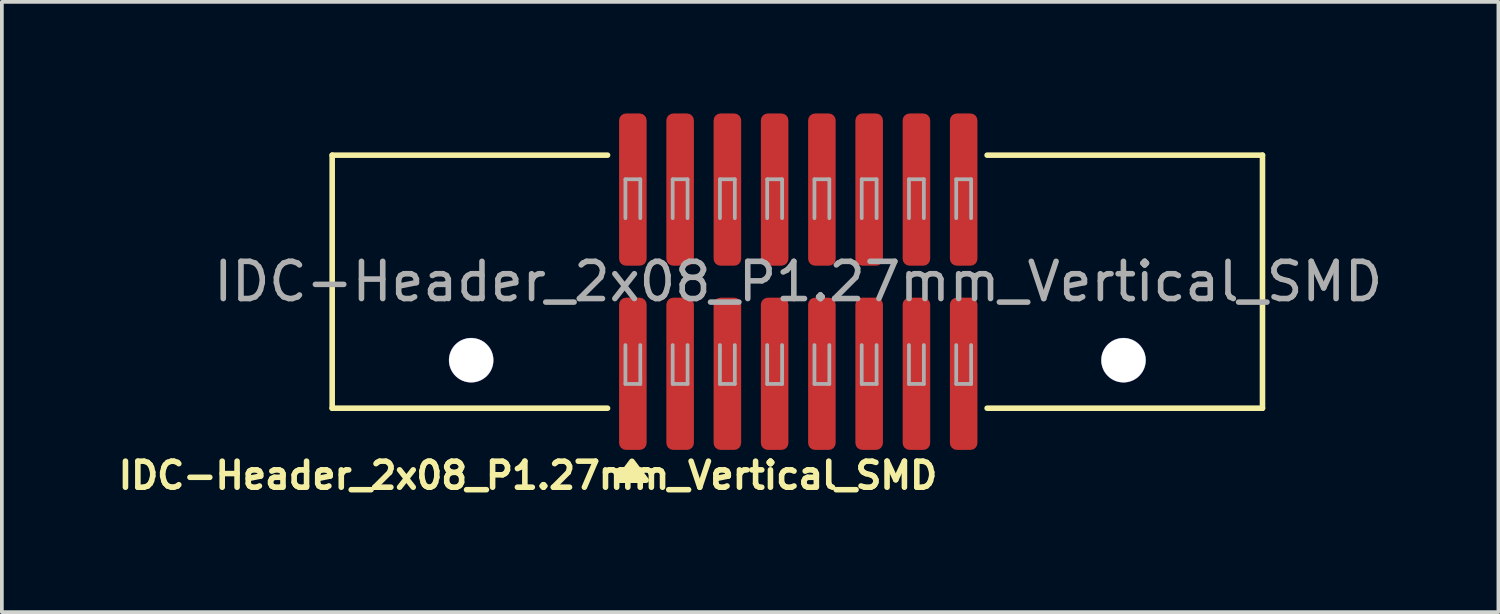
<source format=kicad_pcb>
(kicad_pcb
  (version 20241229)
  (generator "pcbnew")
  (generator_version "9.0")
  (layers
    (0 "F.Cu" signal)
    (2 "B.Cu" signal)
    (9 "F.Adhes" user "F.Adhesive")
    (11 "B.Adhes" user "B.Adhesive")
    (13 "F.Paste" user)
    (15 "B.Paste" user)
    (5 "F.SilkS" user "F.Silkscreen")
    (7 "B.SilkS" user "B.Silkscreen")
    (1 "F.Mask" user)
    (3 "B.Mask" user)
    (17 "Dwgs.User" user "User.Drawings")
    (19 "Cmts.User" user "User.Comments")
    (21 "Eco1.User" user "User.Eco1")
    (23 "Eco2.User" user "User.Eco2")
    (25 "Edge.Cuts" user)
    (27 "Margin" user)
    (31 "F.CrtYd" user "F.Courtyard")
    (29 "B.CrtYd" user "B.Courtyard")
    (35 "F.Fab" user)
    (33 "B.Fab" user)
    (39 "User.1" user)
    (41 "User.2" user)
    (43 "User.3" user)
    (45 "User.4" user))
  (footprint "IDC-Header_2x08_P1.27mm_Vertical_SMD"
    (layer "F.Cu")
    (at 18.377 4.52)
    (property "Reference" "IDC-Header_2x08_P1.27mm_Vertical_SMD" (at -7.239 5.207 180) (layer "F.SilkS") (effects (font (size 0.7 0.7) (thickness 0.15))))
    (attr smd)
    (fp_line (start -12.5 -3.4) (end -12.5 3.4) (stroke (width 0.15) (type solid)) (layer "F.SilkS"))
    (fp_line (start -5.1 -3.4) (end -12.5 -3.4) (stroke (width 0.15) (type solid)) (layer "F.SilkS"))
    (fp_line (start -5.1 3.4) (end -12.5 3.4) (stroke (width 0.15) (type solid)) (layer "F.SilkS"))
    (fp_line (start 5.1 -3.4) (end 12.5 -3.4) (stroke (width 0.15) (type solid)) (layer "F.SilkS"))
    (fp_line (start 12.5 -3.4) (end 12.5 3.4) (stroke (width 0.15) (type solid)) (layer "F.SilkS"))
    (fp_line (start 12.5 3.4) (end 5.1 3.4) (stroke (width 0.15) (type solid)) (layer "F.SilkS"))
    (fp_poly (pts (xy -4.445 4.826) (xy -4.826 5.334) (xy -4.064 5.334)) (stroke (width 0.15) (type solid)) (fill yes) (layer "F.SilkS"))
    (fp_line (start -4.62 -2.752) (end -4.22 -2.752) (stroke (width 0.1) (type solid)) (layer "F.Fab"))
    (fp_line (start -4.62 -1.707) (end -4.62 -2.752) (stroke (width 0.1) (type solid)) (layer "F.Fab"))
    (fp_line (start -4.62 1.703) (end -4.62 2.748) (stroke (width 0.1) (type solid)) (layer "F.Fab"))
    (fp_line (start -4.62 2.748) (end -4.22 2.748) (stroke (width 0.1) (type solid)) (layer "F.Fab"))
    (fp_line (start -4.22 -2.752) (end -4.22 -1.707) (stroke (width 0.1) (type solid)) (layer "F.Fab"))
    (fp_line (start -4.22 2.748) (end -4.22 1.703) (stroke (width 0.1) (type solid)) (layer "F.Fab"))
    (fp_line (start -3.35 -2.752) (end -2.95 -2.752) (stroke (width 0.1) (type solid)) (layer "F.Fab"))
    (fp_line (start -3.35 -1.707) (end -3.35 -2.752) (stroke (width 0.1) (type solid)) (layer "F.Fab"))
    (fp_line (start -3.35 1.703) (end -3.35 2.748) (stroke (width 0.1) (type solid)) (layer "F.Fab"))
    (fp_line (start -3.35 2.748) (end -2.95 2.748) (stroke (width 0.1) (type solid)) (layer "F.Fab"))
    (fp_line (start -2.95 -2.752) (end -2.95 -1.707) (stroke (width 0.1) (type solid)) (layer "F.Fab"))
    (fp_line (start -2.95 2.748) (end -2.95 1.703) (stroke (width 0.1) (type solid)) (layer "F.Fab"))
    (fp_line (start -2.08 -2.752) (end -1.68 -2.752) (stroke (width 0.1) (type solid)) (layer "F.Fab"))
    (fp_line (start -2.08 -1.707) (end -2.08 -2.752) (stroke (width 0.1) (type solid)) (layer "F.Fab"))
    (fp_line (start -2.08 1.703) (end -2.08 2.748) (stroke (width 0.1) (type solid)) (layer "F.Fab"))
    (fp_line (start -2.08 2.748) (end -1.68 2.748) (stroke (width 0.1) (type solid)) (layer "F.Fab"))
    (fp_line (start -1.68 -2.752) (end -1.68 -1.707) (stroke (width 0.1) (type solid)) (layer "F.Fab"))
    (fp_line (start -1.68 2.748) (end -1.68 1.703) (stroke (width 0.1) (type solid)) (layer "F.Fab"))
    (fp_line (start -0.81 -2.752) (end -0.41 -2.752) (stroke (width 0.1) (type solid)) (layer "F.Fab"))
    (fp_line (start -0.81 -1.707) (end -0.81 -2.752) (stroke (width 0.1) (type solid)) (layer "F.Fab"))
    (fp_line (start -0.81 1.703) (end -0.81 2.748) (stroke (width 0.1) (type solid)) (layer "F.Fab"))
    (fp_line (start -0.81 2.748) (end -0.41 2.748) (stroke (width 0.1) (type solid)) (layer "F.Fab"))
    (fp_line (start -0.41 -2.752) (end -0.41 -1.707) (stroke (width 0.1) (type solid)) (layer "F.Fab"))
    (fp_line (start -0.41 2.748) (end -0.41 1.703) (stroke (width 0.1) (type solid)) (layer "F.Fab"))
    (fp_line (start 0.46 -2.752) (end 0.86 -2.752) (stroke (width 0.1) (type solid)) (layer "F.Fab"))
    (fp_line (start 0.46 -1.707) (end 0.46 -2.752) (stroke (width 0.1) (type solid)) (layer "F.Fab"))
    (fp_line (start 0.46 1.703) (end 0.46 2.748) (stroke (width 0.1) (type solid)) (layer "F.Fab"))
    (fp_line (start 0.46 2.748) (end 0.86 2.748) (stroke (width 0.1) (type solid)) (layer "F.Fab"))
    (fp_line (start 0.86 -2.752) (end 0.86 -1.707) (stroke (width 0.1) (type solid)) (layer "F.Fab"))
    (fp_line (start 0.86 2.748) (end 0.86 1.703) (stroke (width 0.1) (type solid)) (layer "F.Fab"))
    (fp_line (start 1.73 -2.752) (end 2.13 -2.752) (stroke (width 0.1) (type solid)) (layer "F.Fab"))
    (fp_line (start 1.73 -1.707) (end 1.73 -2.752) (stroke (width 0.1) (type solid)) (layer "F.Fab"))
    (fp_line (start 1.73 1.703) (end 1.73 2.748) (stroke (width 0.1) (type solid)) (layer "F.Fab"))
    (fp_line (start 1.73 2.748) (end 2.13 2.748) (stroke (width 0.1) (type solid)) (layer "F.Fab"))
    (fp_line (start 2.13 -2.752) (end 2.13 -1.707) (stroke (width 0.1) (type solid)) (layer "F.Fab"))
    (fp_line (start 2.13 2.748) (end 2.13 1.703) (stroke (width 0.1) (type solid)) (layer "F.Fab"))
    (fp_line (start 3 -2.752) (end 3.4 -2.752) (stroke (width 0.1) (type solid)) (layer "F.Fab"))
    (fp_line (start 3 -1.707) (end 3 -2.752) (stroke (width 0.1) (type solid)) (layer "F.Fab"))
    (fp_line (start 3 1.703) (end 3 2.748) (stroke (width 0.1) (type solid)) (layer "F.Fab"))
    (fp_line (start 3 2.748) (end 3.4 2.748) (stroke (width 0.1) (type solid)) (layer "F.Fab"))
    (fp_line (start 3.4 -2.752) (end 3.4 -1.707) (stroke (width 0.1) (type solid)) (layer "F.Fab"))
    (fp_line (start 3.4 2.748) (end 3.4 1.703) (stroke (width 0.1) (type solid)) (layer "F.Fab"))
    (fp_line (start 4.27 -2.752) (end 4.67 -2.752) (stroke (width 0.1) (type solid)) (layer "F.Fab"))
    (fp_line (start 4.27 -1.707) (end 4.27 -2.752) (stroke (width 0.1) (type solid)) (layer "F.Fab"))
    (fp_line (start 4.27 1.703) (end 4.27 2.748) (stroke (width 0.1) (type solid)) (layer "F.Fab"))
    (fp_line (start 4.27 2.748) (end 4.67 2.748) (stroke (width 0.1) (type solid)) (layer "F.Fab"))
    (fp_line (start 4.67 -2.752) (end 4.67 -1.707) (stroke (width 0.1) (type solid)) (layer "F.Fab"))
    (fp_line (start 4.67 2.748) (end 4.67 1.703) (stroke (width 0.1) (type solid)) (layer "F.Fab"))
    (fp_text user "${REFERENCE}" (at 0.025 -0.002 180) (layer "F.Fab") (effects (font (size 1 1) (thickness 0.15))))
    (pad "" np_thru_hole circle (at -8.765 2.11 90) (size 1.2 1.2) (drill 1.19) (layers "*.Cu" "*.Mask"))
    (pad "" np_thru_hole circle (at 8.765 2.11 90) (size 1.2 1.2) (drill 1.19) (layers "*.Cu" "*.Mask"))
    (pad "1" smd roundrect (at -4.42 2.475 90) (size 4.09 0.74) (layers "F.Cu" "F.Mask" "F.Paste") (roundrect_rratio 0.25))
    (pad "2" smd roundrect (at -4.42 -2.475 90) (size 4.09 0.74) (layers "F.Cu" "F.Mask" "F.Paste") (roundrect_rratio 0.25))
    (pad "3" smd roundrect (at -3.15 2.475 90) (size 4.09 0.74) (layers "F.Cu" "F.Mask" "F.Paste") (roundrect_rratio 0.25))
    (pad "4" smd roundrect (at -3.15 -2.475 90) (size 4.09 0.74) (layers "F.Cu" "F.Mask" "F.Paste") (roundrect_rratio 0.25))
    (pad "5" smd roundrect (at -1.88 2.475 90) (size 4.09 0.74) (layers "F.Cu" "F.Mask" "F.Paste") (roundrect_rratio 0.25))
    (pad "6" smd roundrect (at -1.88 -2.475 90) (size 4.09 0.74) (layers "F.Cu" "F.Mask" "F.Paste") (roundrect_rratio 0.25))
    (pad "7" smd roundrect (at -0.61 2.475 90) (size 4.09 0.74) (layers "F.Cu" "F.Mask" "F.Paste") (roundrect_rratio 0.25))
    (pad "8" smd roundrect (at -0.61 -2.475 90) (size 4.09 0.74) (layers "F.Cu" "F.Mask" "F.Paste") (roundrect_rratio 0.25))
    (pad "9" smd roundrect (at 0.66 2.475 90) (size 4.09 0.74) (layers "F.Cu" "F.Mask" "F.Paste") (roundrect_rratio 0.25))
    (pad "10" smd roundrect (at 0.66 -2.475 90) (size 4.09 0.74) (layers "F.Cu" "F.Mask" "F.Paste") (roundrect_rratio 0.25))
    (pad "11" smd roundrect (at 1.93 2.475 90) (size 4.09 0.74) (layers "F.Cu" "F.Mask" "F.Paste") (roundrect_rratio 0.25))
    (pad "12" smd roundrect (at 1.93 -2.475 90) (size 4.09 0.74) (layers "F.Cu" "F.Mask" "F.Paste") (roundrect_rratio 0.25))
    (pad "13" smd roundrect (at 3.2 2.475 90) (size 4.09 0.74) (layers "F.Cu" "F.Mask" "F.Paste") (roundrect_rratio 0.25))
    (pad "14" smd roundrect (at 3.2 -2.475 90) (size 4.09 0.74) (layers "F.Cu" "F.Mask" "F.Paste") (roundrect_rratio 0.25))
    (pad "15" smd roundrect (at 4.47 2.475 90) (size 4.09 0.74) (layers "F.Cu" "F.Mask" "F.Paste") (roundrect_rratio 0.25))
    (pad "16" smd roundrect (at 4.47 -2.475 90) (size 4.09 0.74) (layers "F.Cu" "F.Mask" "F.Paste") (roundrect_rratio 0.25)))
  (gr_rect
    (start -3 -3)
    (end 37.217 13.4)
    (stroke (width 0.1) (type default))
    (fill no)
    (layer "Edge.Cuts")))
</source>
